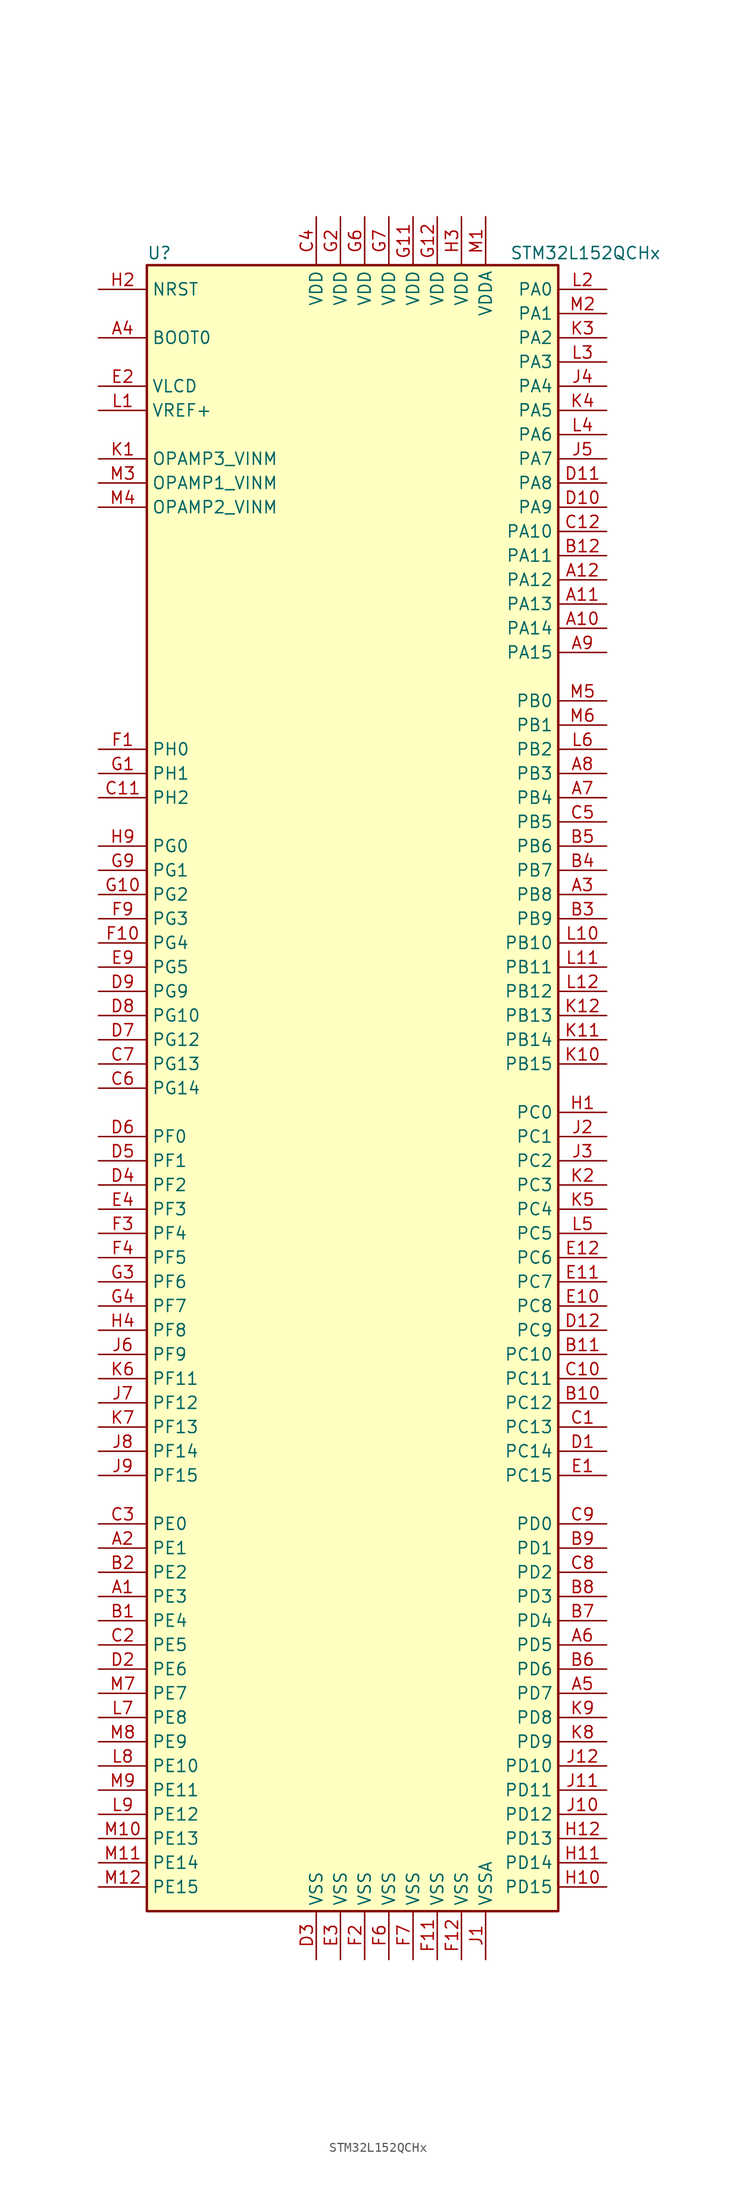
<source format=kicad_sym>
(kicad_symbol_lib
  (version 20211014)
  (generator kicad_symbol_editor)
  (symbol "STM32L152QCHx"
    (property "Reference" "U"
      (at -22.86 87.63 0)
      (effects (font (size 1.27 1.27)) (justify left)))
    (property "Value" "STM32L152QCHx"
      (at 15.24 87.63 0)
      (effects (font (size 1.27 1.27)) (justify left)))
    (symbol "STM32L152QCHx_0_1"
      (rectangle (start -22.86 -86.36) (end 20.32 86.36) (stroke (width 0.254) (type default) (color 0 0 0 0)) (fill (type background))))
    (symbol "STM32L152QCHx_1_1"
      (pin bidirectional line (at -27.94 -53.34 0) (length 5.08) (name "PE3" (effects (font (size 1.27 1.27)))) (number "A1" (effects (font (size 1.27 1.27)))))
      (pin bidirectional line (at 25.4 48.26 180) (length 5.08) (name "PA14" (effects (font (size 1.27 1.27)))) (number "A10" (effects (font (size 1.27 1.27)))))
      (pin bidirectional line (at 25.4 50.8 180) (length 5.08) (name "PA13" (effects (font (size 1.27 1.27)))) (number "A11" (effects (font (size 1.27 1.27)))))
      (pin bidirectional line (at 25.4 53.34 180) (length 5.08) (name "PA12" (effects (font (size 1.27 1.27)))) (number "A12" (effects (font (size 1.27 1.27)))))
      (pin bidirectional line (at -27.94 -48.26 0) (length 5.08) (name "PE1" (effects (font (size 1.27 1.27)))) (number "A2" (effects (font (size 1.27 1.27)))))
      (pin bidirectional line (at 25.4 20.32 180) (length 5.08) (name "PB8" (effects (font (size 1.27 1.27)))) (number "A3" (effects (font (size 1.27 1.27)))))
      (pin input line (at -27.94 78.74 0) (length 5.08) (name "BOOT0" (effects (font (size 1.27 1.27)))) (number "A4" (effects (font (size 1.27 1.27)))))
      (pin bidirectional line (at 25.4 -63.5 180) (length 5.08) (name "PD7" (effects (font (size 1.27 1.27)))) (number "A5" (effects (font (size 1.27 1.27)))))
      (pin bidirectional line (at 25.4 -58.42 180) (length 5.08) (name "PD5" (effects (font (size 1.27 1.27)))) (number "A6" (effects (font (size 1.27 1.27)))))
      (pin bidirectional line (at 25.4 30.48 180) (length 5.08) (name "PB4" (effects (font (size 1.27 1.27)))) (number "A7" (effects (font (size 1.27 1.27)))))
      (pin bidirectional line (at 25.4 33.02 180) (length 5.08) (name "PB3" (effects (font (size 1.27 1.27)))) (number "A8" (effects (font (size 1.27 1.27)))))
      (pin bidirectional line (at 25.4 45.72 180) (length 5.08) (name "PA15" (effects (font (size 1.27 1.27)))) (number "A9" (effects (font (size 1.27 1.27)))))
      (pin bidirectional line (at -27.94 -55.88 0) (length 5.08) (name "PE4" (effects (font (size 1.27 1.27)))) (number "B1" (effects (font (size 1.27 1.27)))))
      (pin bidirectional line (at 25.4 -33.02 180) (length 5.08) (name "PC12" (effects (font (size 1.27 1.27)))) (number "B10" (effects (font (size 1.27 1.27)))))
      (pin bidirectional line (at 25.4 -27.94 180) (length 5.08) (name "PC10" (effects (font (size 1.27 1.27)))) (number "B11" (effects (font (size 1.27 1.27)))))
      (pin bidirectional line (at 25.4 55.88 180) (length 5.08) (name "PA11" (effects (font (size 1.27 1.27)))) (number "B12" (effects (font (size 1.27 1.27)))))
      (pin bidirectional line (at -27.94 -50.8 0) (length 5.08) (name "PE2" (effects (font (size 1.27 1.27)))) (number "B2" (effects (font (size 1.27 1.27)))))
      (pin bidirectional line (at 25.4 17.78 180) (length 5.08) (name "PB9" (effects (font (size 1.27 1.27)))) (number "B3" (effects (font (size 1.27 1.27)))))
      (pin bidirectional line (at 25.4 22.86 180) (length 5.08) (name "PB7" (effects (font (size 1.27 1.27)))) (number "B4" (effects (font (size 1.27 1.27)))))
      (pin bidirectional line (at 25.4 25.4 180) (length 5.08) (name "PB6" (effects (font (size 1.27 1.27)))) (number "B5" (effects (font (size 1.27 1.27)))))
      (pin bidirectional line (at 25.4 -60.96 180) (length 5.08) (name "PD6" (effects (font (size 1.27 1.27)))) (number "B6" (effects (font (size 1.27 1.27)))))
      (pin bidirectional line (at 25.4 -55.88 180) (length 5.08) (name "PD4" (effects (font (size 1.27 1.27)))) (number "B7" (effects (font (size 1.27 1.27)))))
      (pin bidirectional line (at 25.4 -53.34 180) (length 5.08) (name "PD3" (effects (font (size 1.27 1.27)))) (number "B8" (effects (font (size 1.27 1.27)))))
      (pin bidirectional line (at 25.4 -48.26 180) (length 5.08) (name "PD1" (effects (font (size 1.27 1.27)))) (number "B9" (effects (font (size 1.27 1.27)))))
      (pin bidirectional line (at 25.4 -35.56 180) (length 5.08) (name "PC13" (effects (font (size 1.27 1.27)))) (number "C1" (effects (font (size 1.27 1.27)))))
      (pin bidirectional line (at 25.4 -30.48 180) (length 5.08) (name "PC11" (effects (font (size 1.27 1.27)))) (number "C10" (effects (font (size 1.27 1.27)))))
      (pin bidirectional line (at -27.94 30.48 0) (length 5.08) (name "PH2" (effects (font (size 1.27 1.27)))) (number "C11" (effects (font (size 1.27 1.27)))))
      (pin bidirectional line (at 25.4 58.42 180) (length 5.08) (name "PA10" (effects (font (size 1.27 1.27)))) (number "C12" (effects (font (size 1.27 1.27)))))
      (pin bidirectional line (at -27.94 -58.42 0) (length 5.08) (name "PE5" (effects (font (size 1.27 1.27)))) (number "C2" (effects (font (size 1.27 1.27)))))
      (pin bidirectional line (at -27.94 -45.72 0) (length 5.08) (name "PE0" (effects (font (size 1.27 1.27)))) (number "C3" (effects (font (size 1.27 1.27)))))
      (pin power_in line (at -5.08 91.44 270) (length 5.08) (name "VDD" (effects (font (size 1.27 1.27)))) (number "C4" (effects (font (size 1.27 1.27)))))
      (pin bidirectional line (at 25.4 27.94 180) (length 5.08) (name "PB5" (effects (font (size 1.27 1.27)))) (number "C5" (effects (font (size 1.27 1.27)))))
      (pin bidirectional line (at -27.94 0 0) (length 5.08) (name "PG14" (effects (font (size 1.27 1.27)))) (number "C6" (effects (font (size 1.27 1.27)))))
      (pin bidirectional line (at -27.94 2.54 0) (length 5.08) (name "PG13" (effects (font (size 1.27 1.27)))) (number "C7" (effects (font (size 1.27 1.27)))))
      (pin bidirectional line (at 25.4 -50.8 180) (length 5.08) (name "PD2" (effects (font (size 1.27 1.27)))) (number "C8" (effects (font (size 1.27 1.27)))))
      (pin bidirectional line (at 25.4 -45.72 180) (length 5.08) (name "PD0" (effects (font (size 1.27 1.27)))) (number "C9" (effects (font (size 1.27 1.27)))))
      (pin bidirectional line (at 25.4 -38.1 180) (length 5.08) (name "PC14" (effects (font (size 1.27 1.27)))) (number "D1" (effects (font (size 1.27 1.27)))))
      (pin bidirectional line (at 25.4 60.96 180) (length 5.08) (name "PA9" (effects (font (size 1.27 1.27)))) (number "D10" (effects (font (size 1.27 1.27)))))
      (pin bidirectional line (at 25.4 63.5 180) (length 5.08) (name "PA8" (effects (font (size 1.27 1.27)))) (number "D11" (effects (font (size 1.27 1.27)))))
      (pin bidirectional line (at 25.4 -25.4 180) (length 5.08) (name "PC9" (effects (font (size 1.27 1.27)))) (number "D12" (effects (font (size 1.27 1.27)))))
      (pin bidirectional line (at -27.94 -60.96 0) (length 5.08) (name "PE6" (effects (font (size 1.27 1.27)))) (number "D2" (effects (font (size 1.27 1.27)))))
      (pin power_in line (at -5.08 -91.44 90) (length 5.08) (name "VSS" (effects (font (size 1.27 1.27)))) (number "D3" (effects (font (size 1.27 1.27)))))
      (pin bidirectional line (at -27.94 -10.16 0) (length 5.08) (name "PF2" (effects (font (size 1.27 1.27)))) (number "D4" (effects (font (size 1.27 1.27)))))
      (pin bidirectional line (at -27.94 -7.62 0) (length 5.08) (name "PF1" (effects (font (size 1.27 1.27)))) (number "D5" (effects (font (size 1.27 1.27)))))
      (pin bidirectional line (at -27.94 -5.08 0) (length 5.08) (name "PF0" (effects (font (size 1.27 1.27)))) (number "D6" (effects (font (size 1.27 1.27)))))
      (pin bidirectional line (at -27.94 5.08 0) (length 5.08) (name "PG12" (effects (font (size 1.27 1.27)))) (number "D7" (effects (font (size 1.27 1.27)))))
      (pin bidirectional line (at -27.94 7.62 0) (length 5.08) (name "PG10" (effects (font (size 1.27 1.27)))) (number "D8" (effects (font (size 1.27 1.27)))))
      (pin bidirectional line (at -27.94 10.16 0) (length 5.08) (name "PG9" (effects (font (size 1.27 1.27)))) (number "D9" (effects (font (size 1.27 1.27)))))
      (pin bidirectional line (at 25.4 -40.64 180) (length 5.08) (name "PC15" (effects (font (size 1.27 1.27)))) (number "E1" (effects (font (size 1.27 1.27)))))
      (pin bidirectional line (at 25.4 -22.86 180) (length 5.08) (name "PC8" (effects (font (size 1.27 1.27)))) (number "E10" (effects (font (size 1.27 1.27)))))
      (pin bidirectional line (at 25.4 -20.32 180) (length 5.08) (name "PC7" (effects (font (size 1.27 1.27)))) (number "E11" (effects (font (size 1.27 1.27)))))
      (pin bidirectional line (at 25.4 -17.78 180) (length 5.08) (name "PC6" (effects (font (size 1.27 1.27)))) (number "E12" (effects (font (size 1.27 1.27)))))
      (pin power_in line (at -27.94 73.66 0) (length 5.08) (name "VLCD" (effects (font (size 1.27 1.27)))) (number "E2" (effects (font (size 1.27 1.27)))))
      (pin power_in line (at -2.54 -91.44 90) (length 5.08) (name "VSS" (effects (font (size 1.27 1.27)))) (number "E3" (effects (font (size 1.27 1.27)))))
      (pin bidirectional line (at -27.94 -12.7 0) (length 5.08) (name "PF3" (effects (font (size 1.27 1.27)))) (number "E4" (effects (font (size 1.27 1.27)))))
      (pin bidirectional line (at -27.94 12.7 0) (length 5.08) (name "PG5" (effects (font (size 1.27 1.27)))) (number "E9" (effects (font (size 1.27 1.27)))))
      (pin input line (at -27.94 35.56 0) (length 5.08) (name "PH0" (effects (font (size 1.27 1.27)))) (number "F1" (effects (font (size 1.27 1.27)))))
      (pin bidirectional line (at -27.94 15.24 0) (length 5.08) (name "PG4" (effects (font (size 1.27 1.27)))) (number "F10" (effects (font (size 1.27 1.27)))))
      (pin power_in line (at 7.62 -91.44 90) (length 5.08) (name "VSS" (effects (font (size 1.27 1.27)))) (number "F11" (effects (font (size 1.27 1.27)))))
      (pin power_in line (at 10.16 -91.44 90) (length 5.08) (name "VSS" (effects (font (size 1.27 1.27)))) (number "F12" (effects (font (size 1.27 1.27)))))
      (pin power_in line (at 0 -91.44 90) (length 5.08) (name "VSS" (effects (font (size 1.27 1.27)))) (number "F2" (effects (font (size 1.27 1.27)))))
      (pin bidirectional line (at -27.94 -15.24 0) (length 5.08) (name "PF4" (effects (font (size 1.27 1.27)))) (number "F3" (effects (font (size 1.27 1.27)))))
      (pin bidirectional line (at -27.94 -17.78 0) (length 5.08) (name "PF5" (effects (font (size 1.27 1.27)))) (number "F4" (effects (font (size 1.27 1.27)))))
      (pin power_in line (at 2.54 -91.44 90) (length 5.08) (name "VSS" (effects (font (size 1.27 1.27)))) (number "F6" (effects (font (size 1.27 1.27)))))
      (pin power_in line (at 5.08 -91.44 90) (length 5.08) (name "VSS" (effects (font (size 1.27 1.27)))) (number "F7" (effects (font (size 1.27 1.27)))))
      (pin bidirectional line (at -27.94 17.78 0) (length 5.08) (name "PG3" (effects (font (size 1.27 1.27)))) (number "F9" (effects (font (size 1.27 1.27)))))
      (pin input line (at -27.94 33.02 0) (length 5.08) (name "PH1" (effects (font (size 1.27 1.27)))) (number "G1" (effects (font (size 1.27 1.27)))))
      (pin bidirectional line (at -27.94 20.32 0) (length 5.08) (name "PG2" (effects (font (size 1.27 1.27)))) (number "G10" (effects (font (size 1.27 1.27)))))
      (pin power_in line (at 5.08 91.44 270) (length 5.08) (name "VDD" (effects (font (size 1.27 1.27)))) (number "G11" (effects (font (size 1.27 1.27)))))
      (pin power_in line (at 7.62 91.44 270) (length 5.08) (name "VDD" (effects (font (size 1.27 1.27)))) (number "G12" (effects (font (size 1.27 1.27)))))
      (pin power_in line (at -2.54 91.44 270) (length 5.08) (name "VDD" (effects (font (size 1.27 1.27)))) (number "G2" (effects (font (size 1.27 1.27)))))
      (pin bidirectional line (at -27.94 -20.32 0) (length 5.08) (name "PF6" (effects (font (size 1.27 1.27)))) (number "G3" (effects (font (size 1.27 1.27)))))
      (pin bidirectional line (at -27.94 -22.86 0) (length 5.08) (name "PF7" (effects (font (size 1.27 1.27)))) (number "G4" (effects (font (size 1.27 1.27)))))
      (pin power_in line (at 0 91.44 270) (length 5.08) (name "VDD" (effects (font (size 1.27 1.27)))) (number "G6" (effects (font (size 1.27 1.27)))))
      (pin power_in line (at 2.54 91.44 270) (length 5.08) (name "VDD" (effects (font (size 1.27 1.27)))) (number "G7" (effects (font (size 1.27 1.27)))))
      (pin bidirectional line (at -27.94 22.86 0) (length 5.08) (name "PG1" (effects (font (size 1.27 1.27)))) (number "G9" (effects (font (size 1.27 1.27)))))
      (pin bidirectional line (at 25.4 -2.54 180) (length 5.08) (name "PC0" (effects (font (size 1.27 1.27)))) (number "H1" (effects (font (size 1.27 1.27)))))
      (pin bidirectional line (at 25.4 -83.82 180) (length 5.08) (name "PD15" (effects (font (size 1.27 1.27)))) (number "H10" (effects (font (size 1.27 1.27)))))
      (pin bidirectional line (at 25.4 -81.28 180) (length 5.08) (name "PD14" (effects (font (size 1.27 1.27)))) (number "H11" (effects (font (size 1.27 1.27)))))
      (pin bidirectional line (at 25.4 -78.74 180) (length 5.08) (name "PD13" (effects (font (size 1.27 1.27)))) (number "H12" (effects (font (size 1.27 1.27)))))
      (pin input line (at -27.94 83.82 0) (length 5.08) (name "NRST" (effects (font (size 1.27 1.27)))) (number "H2" (effects (font (size 1.27 1.27)))))
      (pin power_in line (at 10.16 91.44 270) (length 5.08) (name "VDD" (effects (font (size 1.27 1.27)))) (number "H3" (effects (font (size 1.27 1.27)))))
      (pin bidirectional line (at -27.94 -25.4 0) (length 5.08) (name "PF8" (effects (font (size 1.27 1.27)))) (number "H4" (effects (font (size 1.27 1.27)))))
      (pin bidirectional line (at -27.94 25.4 0) (length 5.08) (name "PG0" (effects (font (size 1.27 1.27)))) (number "H9" (effects (font (size 1.27 1.27)))))
      (pin power_in line (at 12.7 -91.44 90) (length 5.08) (name "VSSA" (effects (font (size 1.27 1.27)))) (number "J1" (effects (font (size 1.27 1.27)))))
      (pin bidirectional line (at 25.4 -76.2 180) (length 5.08) (name "PD12" (effects (font (size 1.27 1.27)))) (number "J10" (effects (font (size 1.27 1.27)))))
      (pin bidirectional line (at 25.4 -73.66 180) (length 5.08) (name "PD11" (effects (font (size 1.27 1.27)))) (number "J11" (effects (font (size 1.27 1.27)))))
      (pin bidirectional line (at 25.4 -71.12 180) (length 5.08) (name "PD10" (effects (font (size 1.27 1.27)))) (number "J12" (effects (font (size 1.27 1.27)))))
      (pin bidirectional line (at 25.4 -5.08 180) (length 5.08) (name "PC1" (effects (font (size 1.27 1.27)))) (number "J2" (effects (font (size 1.27 1.27)))))
      (pin bidirectional line (at 25.4 -7.62 180) (length 5.08) (name "PC2" (effects (font (size 1.27 1.27)))) (number "J3" (effects (font (size 1.27 1.27)))))
      (pin bidirectional line (at 25.4 73.66 180) (length 5.08) (name "PA4" (effects (font (size 1.27 1.27)))) (number "J4" (effects (font (size 1.27 1.27)))))
      (pin bidirectional line (at 25.4 66.04 180) (length 5.08) (name "PA7" (effects (font (size 1.27 1.27)))) (number "J5" (effects (font (size 1.27 1.27)))))
      (pin bidirectional line (at -27.94 -27.94 0) (length 5.08) (name "PF9" (effects (font (size 1.27 1.27)))) (number "J6" (effects (font (size 1.27 1.27)))))
      (pin bidirectional line (at -27.94 -33.02 0) (length 5.08) (name "PF12" (effects (font (size 1.27 1.27)))) (number "J7" (effects (font (size 1.27 1.27)))))
      (pin bidirectional line (at -27.94 -38.1 0) (length 5.08) (name "PF14" (effects (font (size 1.27 1.27)))) (number "J8" (effects (font (size 1.27 1.27)))))
      (pin bidirectional line (at -27.94 -40.64 0) (length 5.08) (name "PF15" (effects (font (size 1.27 1.27)))) (number "J9" (effects (font (size 1.27 1.27)))))
      (pin bidirectional line (at -27.94 66.04 0) (length 5.08) (name "OPAMP3_VINM" (effects (font (size 1.27 1.27)))) (number "K1" (effects (font (size 1.27 1.27)))))
      (pin bidirectional line (at 25.4 2.54 180) (length 5.08) (name "PB15" (effects (font (size 1.27 1.27)))) (number "K10" (effects (font (size 1.27 1.27)))))
      (pin bidirectional line (at 25.4 5.08 180) (length 5.08) (name "PB14" (effects (font (size 1.27 1.27)))) (number "K11" (effects (font (size 1.27 1.27)))))
      (pin bidirectional line (at 25.4 7.62 180) (length 5.08) (name "PB13" (effects (font (size 1.27 1.27)))) (number "K12" (effects (font (size 1.27 1.27)))))
      (pin bidirectional line (at 25.4 -10.16 180) (length 5.08) (name "PC3" (effects (font (size 1.27 1.27)))) (number "K2" (effects (font (size 1.27 1.27)))))
      (pin bidirectional line (at 25.4 78.74 180) (length 5.08) (name "PA2" (effects (font (size 1.27 1.27)))) (number "K3" (effects (font (size 1.27 1.27)))))
      (pin bidirectional line (at 25.4 71.12 180) (length 5.08) (name "PA5" (effects (font (size 1.27 1.27)))) (number "K4" (effects (font (size 1.27 1.27)))))
      (pin bidirectional line (at 25.4 -12.7 180) (length 5.08) (name "PC4" (effects (font (size 1.27 1.27)))) (number "K5" (effects (font (size 1.27 1.27)))))
      (pin bidirectional line (at -27.94 -30.48 0) (length 5.08) (name "PF11" (effects (font (size 1.27 1.27)))) (number "K6" (effects (font (size 1.27 1.27)))))
      (pin bidirectional line (at -27.94 -35.56 0) (length 5.08) (name "PF13" (effects (font (size 1.27 1.27)))) (number "K7" (effects (font (size 1.27 1.27)))))
      (pin bidirectional line (at 25.4 -68.58 180) (length 5.08) (name "PD9" (effects (font (size 1.27 1.27)))) (number "K8" (effects (font (size 1.27 1.27)))))
      (pin bidirectional line (at 25.4 -66.04 180) (length 5.08) (name "PD8" (effects (font (size 1.27 1.27)))) (number "K9" (effects (font (size 1.27 1.27)))))
      (pin power_in line (at -27.94 71.12 0) (length 5.08) (name "VREF+" (effects (font (size 1.27 1.27)))) (number "L1" (effects (font (size 1.27 1.27)))))
      (pin bidirectional line (at 25.4 15.24 180) (length 5.08) (name "PB10" (effects (font (size 1.27 1.27)))) (number "L10" (effects (font (size 1.27 1.27)))))
      (pin bidirectional line (at 25.4 12.7 180) (length 5.08) (name "PB11" (effects (font (size 1.27 1.27)))) (number "L11" (effects (font (size 1.27 1.27)))))
      (pin bidirectional line (at 25.4 10.16 180) (length 5.08) (name "PB12" (effects (font (size 1.27 1.27)))) (number "L12" (effects (font (size 1.27 1.27)))))
      (pin bidirectional line (at 25.4 83.82 180) (length 5.08) (name "PA0" (effects (font (size 1.27 1.27)))) (number "L2" (effects (font (size 1.27 1.27)))))
      (pin bidirectional line (at 25.4 76.2 180) (length 5.08) (name "PA3" (effects (font (size 1.27 1.27)))) (number "L3" (effects (font (size 1.27 1.27)))))
      (pin bidirectional line (at 25.4 68.58 180) (length 5.08) (name "PA6" (effects (font (size 1.27 1.27)))) (number "L4" (effects (font (size 1.27 1.27)))))
      (pin bidirectional line (at 25.4 -15.24 180) (length 5.08) (name "PC5" (effects (font (size 1.27 1.27)))) (number "L5" (effects (font (size 1.27 1.27)))))
      (pin bidirectional line (at 25.4 35.56 180) (length 5.08) (name "PB2" (effects (font (size 1.27 1.27)))) (number "L6" (effects (font (size 1.27 1.27)))))
      (pin bidirectional line (at -27.94 -66.04 0) (length 5.08) (name "PE8" (effects (font (size 1.27 1.27)))) (number "L7" (effects (font (size 1.27 1.27)))))
      (pin bidirectional line (at -27.94 -71.12 0) (length 5.08) (name "PE10" (effects (font (size 1.27 1.27)))) (number "L8" (effects (font (size 1.27 1.27)))))
      (pin bidirectional line (at -27.94 -76.2 0) (length 5.08) (name "PE12" (effects (font (size 1.27 1.27)))) (number "L9" (effects (font (size 1.27 1.27)))))
      (pin power_in line (at 12.7 91.44 270) (length 5.08) (name "VDDA" (effects (font (size 1.27 1.27)))) (number "M1" (effects (font (size 1.27 1.27)))))
      (pin bidirectional line (at -27.94 -78.74 0) (length 5.08) (name "PE13" (effects (font (size 1.27 1.27)))) (number "M10" (effects (font (size 1.27 1.27)))))
      (pin bidirectional line (at -27.94 -81.28 0) (length 5.08) (name "PE14" (effects (font (size 1.27 1.27)))) (number "M11" (effects (font (size 1.27 1.27)))))
      (pin bidirectional line (at -27.94 -83.82 0) (length 5.08) (name "PE15" (effects (font (size 1.27 1.27)))) (number "M12" (effects (font (size 1.27 1.27)))))
      (pin bidirectional line (at 25.4 81.28 180) (length 5.08) (name "PA1" (effects (font (size 1.27 1.27)))) (number "M2" (effects (font (size 1.27 1.27)))))
      (pin bidirectional line (at -27.94 63.5 0) (length 5.08) (name "OPAMP1_VINM" (effects (font (size 1.27 1.27)))) (number "M3" (effects (font (size 1.27 1.27)))))
      (pin bidirectional line (at -27.94 60.96 0) (length 5.08) (name "OPAMP2_VINM" (effects (font (size 1.27 1.27)))) (number "M4" (effects (font (size 1.27 1.27)))))
      (pin bidirectional line (at 25.4 40.64 180) (length 5.08) (name "PB0" (effects (font (size 1.27 1.27)))) (number "M5" (effects (font (size 1.27 1.27)))))
      (pin bidirectional line (at 25.4 38.1 180) (length 5.08) (name "PB1" (effects (font (size 1.27 1.27)))) (number "M6" (effects (font (size 1.27 1.27)))))
      (pin bidirectional line (at -27.94 -63.5 0) (length 5.08) (name "PE7" (effects (font (size 1.27 1.27)))) (number "M7" (effects (font (size 1.27 1.27)))))
      (pin bidirectional line (at -27.94 -68.58 0) (length 5.08) (name "PE9" (effects (font (size 1.27 1.27)))) (number "M8" (effects (font (size 1.27 1.27)))))
      (pin bidirectional line (at -27.94 -73.66 0) (length 5.08) (name "PE11" (effects (font (size 1.27 1.27)))) (number "M9" (effects (font (size 1.27 1.27))))))))
</source>
